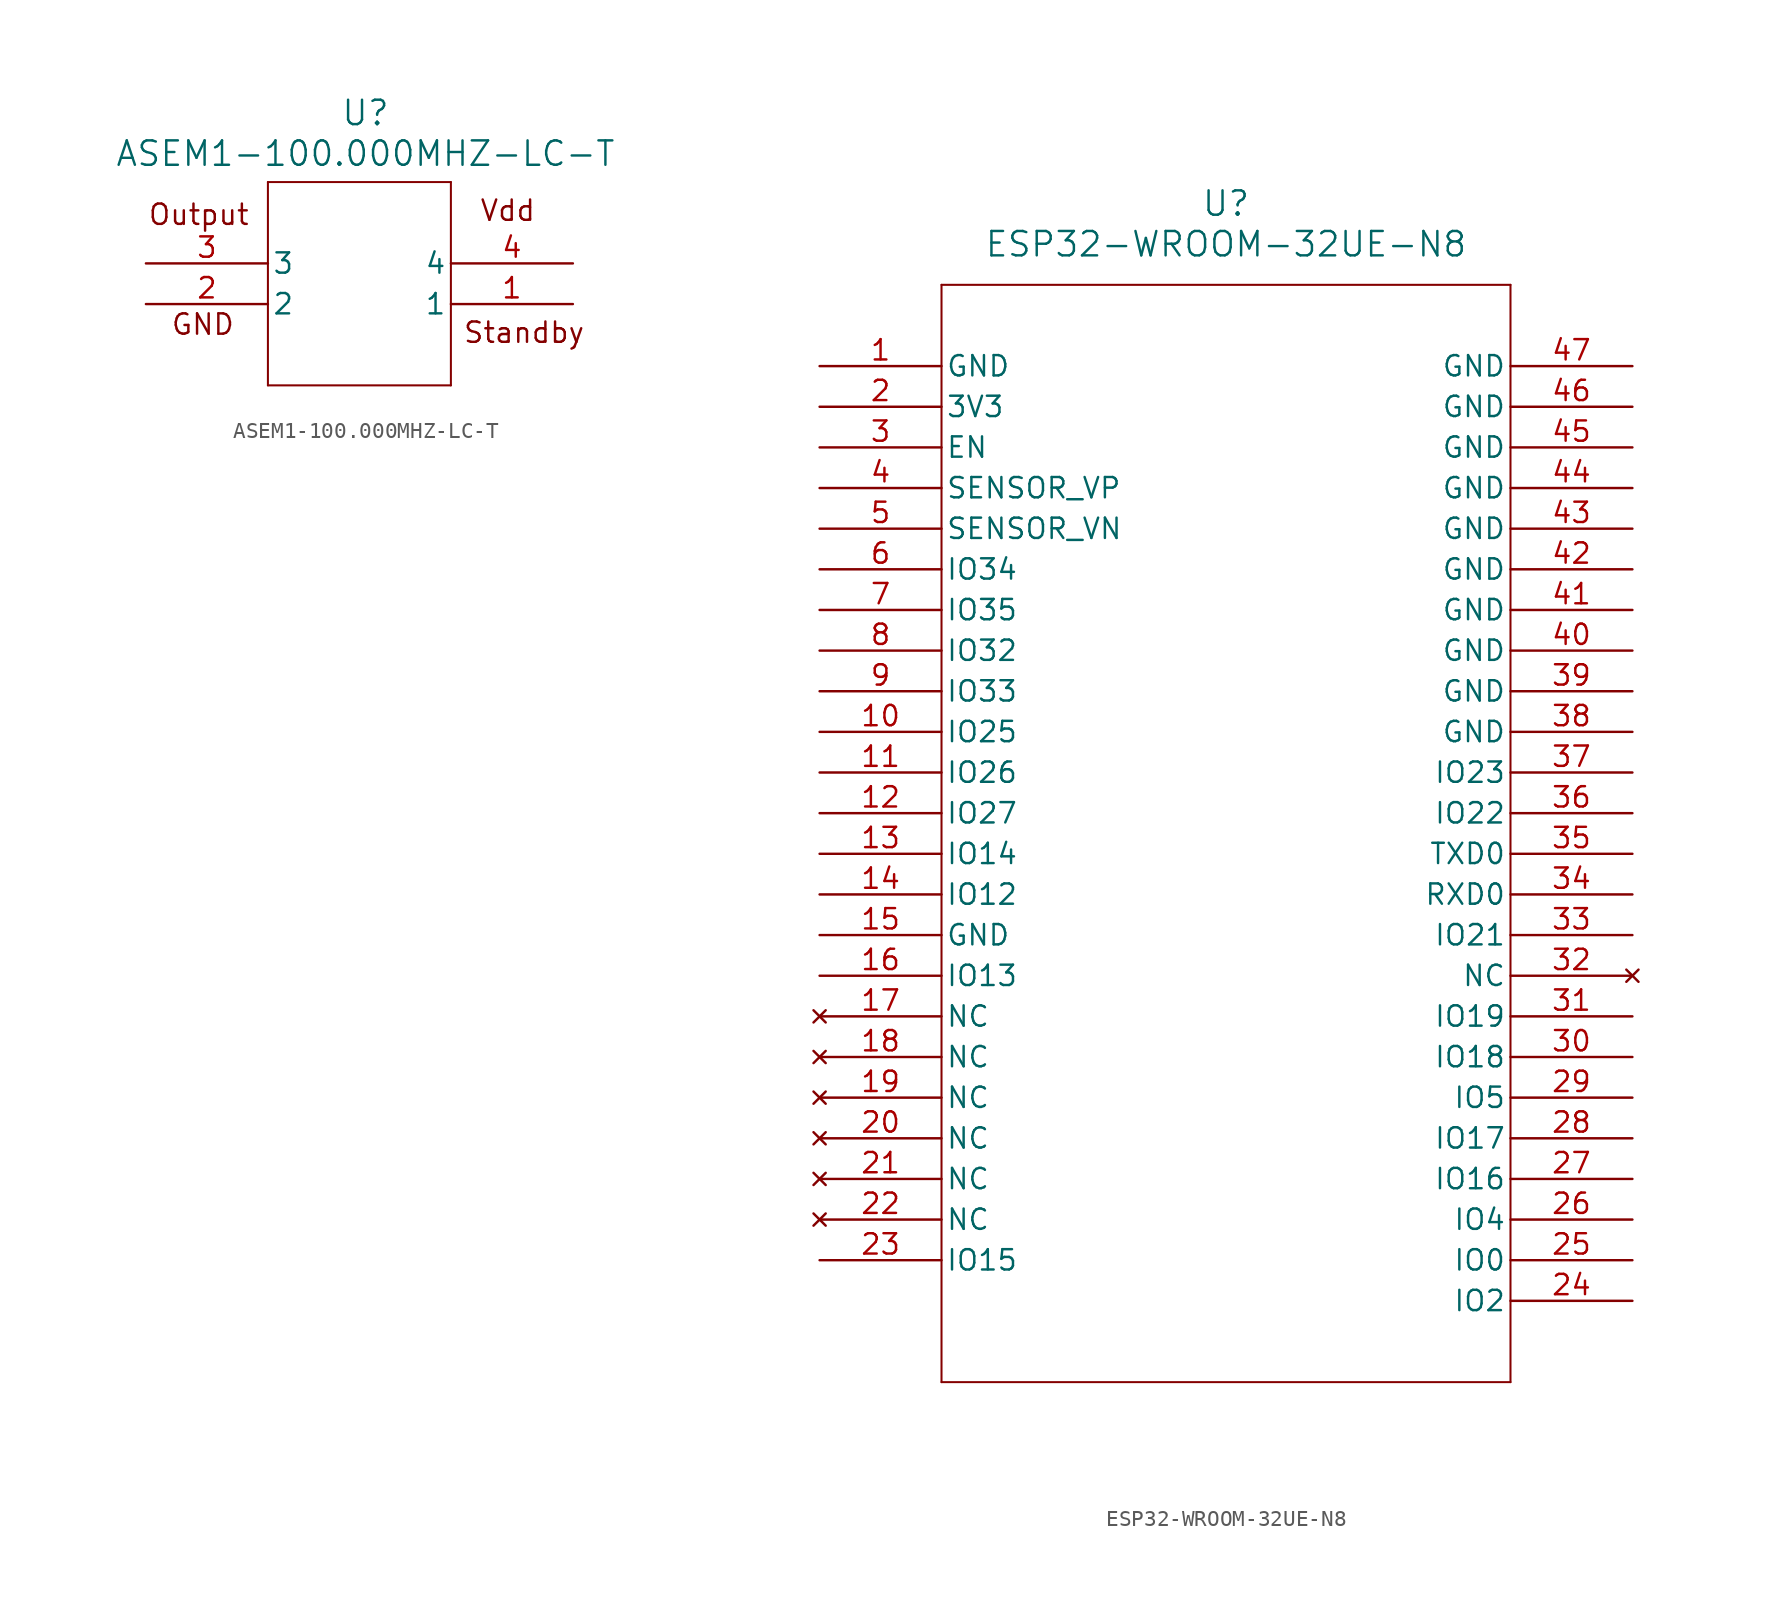
<source format=kicad_sym>
(kicad_symbol_lib
  (version 20241209)
  (generator "kicad_symbol_editor")
  (generator_version "9.0")
  (symbol "ASEM1-100.000MHZ-LC-T"
    (pin_names
      (offset 0.254))
    (property "Reference" "U"
      (at 13.716 9.398 0)
      (effects (font (size 1.524 1.524))))
    (property "Value" "ASEM1-100.000MHZ-LC-T"
      (at 13.716 6.858 0)
      (effects (font (size 1.524 1.524))))
    (property "ki_locked" ""
      (at 0 0 0)
      (effects (font (size 1.27 1.27))))
    (symbol "ASEM1-100.000MHZ-LC-T_0_1"
      (polyline (pts (xy 7.62 5.08) (xy 7.62 -7.62)) (stroke (width 0.127) (type default)) (fill (type none)))
      (polyline (pts (xy 7.62 -7.62) (xy 19.05 -7.62)) (stroke (width 0.127) (type default)) (fill (type none)))
      (polyline (pts (xy 19.05 5.08) (xy 7.62 5.08)) (stroke (width 0.127) (type default)) (fill (type none)))
      (polyline (pts (xy 19.05 -7.62) (xy 19.05 5.08)) (stroke (width 0.127) (type default)) (fill (type none)))
      (pin unspecified line (at 0 0 0) (length 7.62) (name "3" (effects (font (size 1.27 1.27)))) (number "3" (effects (font (size 1.27 1.27)))))
      (pin unspecified line (at 0 -2.54 0) (length 7.62) (name "2" (effects (font (size 1.27 1.27)))) (number "2" (effects (font (size 1.27 1.27)))))
      (pin unspecified line (at 26.67 0 180) (length 7.62) (name "4" (effects (font (size 1.27 1.27)))) (number "4" (effects (font (size 1.27 1.27)))))
      (pin unspecified line (at 26.67 -2.54 180) (length 7.62) (name "1" (effects (font (size 1.27 1.27)))) (number "1" (effects (font (size 1.27 1.27))))))
    (symbol "ASEM1-100.000MHZ-LC-T_1_1"
      (text "Output" (at 3.302 3.048 0) (effects (font (size 1.27 1.27))))
      (text "GND\n" (at 3.556 -3.81 0) (effects (font (size 1.27 1.27))))
      (text "Vdd\n" (at 22.606 3.302 0) (effects (font (size 1.27 1.27))))
      (text "Standby\n" (at 23.622 -4.318 0) (effects (font (size 1.27 1.27))))))
  (symbol "ESP32-WROOM-32UE-N8"
    (pin_names
      (offset 0.254))
    (property "Reference" "U"
      (at 25.4 10.16 0)
      (effects (font (size 1.524 1.524))))
    (property "Value" "ESP32-WROOM-32UE-N8"
      (at 25.4 7.62 0)
      (effects (font (size 1.524 1.524))))
    (property "ki_locked" ""
      (at 0 0 0)
      (effects (font (size 1.27 1.27))))
    (symbol "ESP32-WROOM-32UE-N8_0_1"
      (polyline (pts (xy 7.62 5.08) (xy 7.62 -63.5)) (stroke (width 0.127) (type default)) (fill (type none)))
      (polyline (pts (xy 7.62 -63.5) (xy 43.18 -63.5)) (stroke (width 0.127) (type default)) (fill (type none)))
      (polyline (pts (xy 43.18 5.08) (xy 7.62 5.08)) (stroke (width 0.127) (type default)) (fill (type none)))
      (polyline (pts (xy 43.18 -63.5) (xy 43.18 5.08)) (stroke (width 0.127) (type default)) (fill (type none)))
      (pin power_out line (at 0 0 0) (length 7.62) (name "GND" (effects (font (size 1.27 1.27)))) (number "1" (effects (font (size 1.27 1.27)))))
      (pin power_in line (at 0 -2.54 0) (length 7.62) (name "3V3" (effects (font (size 1.27 1.27)))) (number "2" (effects (font (size 1.27 1.27)))))
      (pin input line (at 0 -5.08 0) (length 7.62) (name "EN" (effects (font (size 1.27 1.27)))) (number "3" (effects (font (size 1.27 1.27)))))
      (pin input line (at 0 -7.62 0) (length 7.62) (name "SENSOR_VP" (effects (font (size 1.27 1.27)))) (number "4" (effects (font (size 1.27 1.27)))))
      (pin input line (at 0 -10.16 0) (length 7.62) (name "SENSOR_VN" (effects (font (size 1.27 1.27)))) (number "5" (effects (font (size 1.27 1.27)))))
      (pin input line (at 0 -12.7 0) (length 7.62) (name "IO34" (effects (font (size 1.27 1.27)))) (number "6" (effects (font (size 1.27 1.27)))))
      (pin input line (at 0 -15.24 0) (length 7.62) (name "IO35" (effects (font (size 1.27 1.27)))) (number "7" (effects (font (size 1.27 1.27)))))
      (pin bidirectional line (at 0 -17.78 0) (length 7.62) (name "IO32" (effects (font (size 1.27 1.27)))) (number "8" (effects (font (size 1.27 1.27)))))
      (pin bidirectional line (at 0 -20.32 0) (length 7.62) (name "IO33" (effects (font (size 1.27 1.27)))) (number "9" (effects (font (size 1.27 1.27)))))
      (pin bidirectional line (at 0 -22.86 0) (length 7.62) (name "IO25" (effects (font (size 1.27 1.27)))) (number "10" (effects (font (size 1.27 1.27)))))
      (pin bidirectional line (at 0 -25.4 0) (length 7.62) (name "IO26" (effects (font (size 1.27 1.27)))) (number "11" (effects (font (size 1.27 1.27)))))
      (pin bidirectional line (at 0 -27.94 0) (length 7.62) (name "IO27" (effects (font (size 1.27 1.27)))) (number "12" (effects (font (size 1.27 1.27)))))
      (pin bidirectional line (at 0 -30.48 0) (length 7.62) (name "IO14" (effects (font (size 1.27 1.27)))) (number "13" (effects (font (size 1.27 1.27)))))
      (pin bidirectional line (at 0 -33.02 0) (length 7.62) (name "IO12" (effects (font (size 1.27 1.27)))) (number "14" (effects (font (size 1.27 1.27)))))
      (pin power_out line (at 0 -35.56 0) (length 7.62) (name "GND" (effects (font (size 1.27 1.27)))) (number "15" (effects (font (size 1.27 1.27)))))
      (pin bidirectional line (at 0 -38.1 0) (length 7.62) (name "IO13" (effects (font (size 1.27 1.27)))) (number "16" (effects (font (size 1.27 1.27)))))
      (pin no_connect line (at 0 -40.64 0) (length 7.62) (name "NC" (effects (font (size 1.27 1.27)))) (number "17" (effects (font (size 1.27 1.27)))))
      (pin no_connect line (at 0 -43.18 0) (length 7.62) (name "NC" (effects (font (size 1.27 1.27)))) (number "18" (effects (font (size 1.27 1.27)))))
      (pin no_connect line (at 0 -45.72 0) (length 7.62) (name "NC" (effects (font (size 1.27 1.27)))) (number "19" (effects (font (size 1.27 1.27)))))
      (pin no_connect line (at 0 -48.26 0) (length 7.62) (name "NC" (effects (font (size 1.27 1.27)))) (number "20" (effects (font (size 1.27 1.27)))))
      (pin no_connect line (at 0 -50.8 0) (length 7.62) (name "NC" (effects (font (size 1.27 1.27)))) (number "21" (effects (font (size 1.27 1.27)))))
      (pin no_connect line (at 0 -53.34 0) (length 7.62) (name "NC" (effects (font (size 1.27 1.27)))) (number "22" (effects (font (size 1.27 1.27)))))
      (pin bidirectional line (at 0 -55.88 0) (length 7.62) (name "IO15" (effects (font (size 1.27 1.27)))) (number "23" (effects (font (size 1.27 1.27)))))
      (pin power_out line (at 50.8 0 180) (length 7.62) (name "GND" (effects (font (size 1.27 1.27)))) (number "47" (effects (font (size 1.27 1.27)))))
      (pin power_out line (at 50.8 -2.54 180) (length 7.62) (name "GND" (effects (font (size 1.27 1.27)))) (number "46" (effects (font (size 1.27 1.27)))))
      (pin power_out line (at 50.8 -5.08 180) (length 7.62) (name "GND" (effects (font (size 1.27 1.27)))) (number "45" (effects (font (size 1.27 1.27)))))
      (pin power_out line (at 50.8 -7.62 180) (length 7.62) (name "GND" (effects (font (size 1.27 1.27)))) (number "44" (effects (font (size 1.27 1.27)))))
      (pin power_out line (at 50.8 -10.16 180) (length 7.62) (name "GND" (effects (font (size 1.27 1.27)))) (number "43" (effects (font (size 1.27 1.27)))))
      (pin power_out line (at 50.8 -12.7 180) (length 7.62) (name "GND" (effects (font (size 1.27 1.27)))) (number "42" (effects (font (size 1.27 1.27)))))
      (pin power_out line (at 50.8 -15.24 180) (length 7.62) (name "GND" (effects (font (size 1.27 1.27)))) (number "41" (effects (font (size 1.27 1.27)))))
      (pin power_out line (at 50.8 -17.78 180) (length 7.62) (name "GND" (effects (font (size 1.27 1.27)))) (number "40" (effects (font (size 1.27 1.27)))))
      (pin power_out line (at 50.8 -20.32 180) (length 7.62) (name "GND" (effects (font (size 1.27 1.27)))) (number "39" (effects (font (size 1.27 1.27)))))
      (pin power_out line (at 50.8 -22.86 180) (length 7.62) (name "GND" (effects (font (size 1.27 1.27)))) (number "38" (effects (font (size 1.27 1.27)))))
      (pin bidirectional line (at 50.8 -25.4 180) (length 7.62) (name "IO23" (effects (font (size 1.27 1.27)))) (number "37" (effects (font (size 1.27 1.27)))))
      (pin bidirectional line (at 50.8 -27.94 180) (length 7.62) (name "IO22" (effects (font (size 1.27 1.27)))) (number "36" (effects (font (size 1.27 1.27)))))
      (pin bidirectional line (at 50.8 -33.02 180) (length 7.62) (name "RXD0" (effects (font (size 1.27 1.27)))) (number "34" (effects (font (size 1.27 1.27)))))
      (pin bidirectional line (at 50.8 -35.56 180) (length 7.62) (name "IO21" (effects (font (size 1.27 1.27)))) (number "33" (effects (font (size 1.27 1.27)))))
      (pin no_connect line (at 50.8 -38.1 180) (length 7.62) (name "NC" (effects (font (size 1.27 1.27)))) (number "32" (effects (font (size 1.27 1.27)))))
      (pin bidirectional line (at 50.8 -40.64 180) (length 7.62) (name "IO19" (effects (font (size 1.27 1.27)))) (number "31" (effects (font (size 1.27 1.27)))))
      (pin bidirectional line (at 50.8 -43.18 180) (length 7.62) (name "IO18" (effects (font (size 1.27 1.27)))) (number "30" (effects (font (size 1.27 1.27)))))
      (pin bidirectional line (at 50.8 -45.72 180) (length 7.62) (name "IO5" (effects (font (size 1.27 1.27)))) (number "29" (effects (font (size 1.27 1.27)))))
      (pin bidirectional line (at 50.8 -48.26 180) (length 7.62) (name "IO17" (effects (font (size 1.27 1.27)))) (number "28" (effects (font (size 1.27 1.27)))))
      (pin bidirectional line (at 50.8 -50.8 180) (length 7.62) (name "IO16" (effects (font (size 1.27 1.27)))) (number "27" (effects (font (size 1.27 1.27)))))
      (pin bidirectional line (at 50.8 -53.34 180) (length 7.62) (name "IO4" (effects (font (size 1.27 1.27)))) (number "26" (effects (font (size 1.27 1.27)))))
      (pin bidirectional line (at 50.8 -55.88 180) (length 7.62) (name "IO0" (effects (font (size 1.27 1.27)))) (number "25" (effects (font (size 1.27 1.27)))))
      (pin bidirectional line (at 50.8 -58.42 180) (length 7.62) (name "IO2" (effects (font (size 1.27 1.27)))) (number "24" (effects (font (size 1.27 1.27))))))
    (symbol "ESP32-WROOM-32UE-N8_1_1"
      (pin bidirectional line (at 50.8 -30.48 180) (length 7.62) (name "TXD0" (effects (font (size 1.27 1.27)))) (number "35" (effects (font (size 1.27 1.27))))))))
</source>
